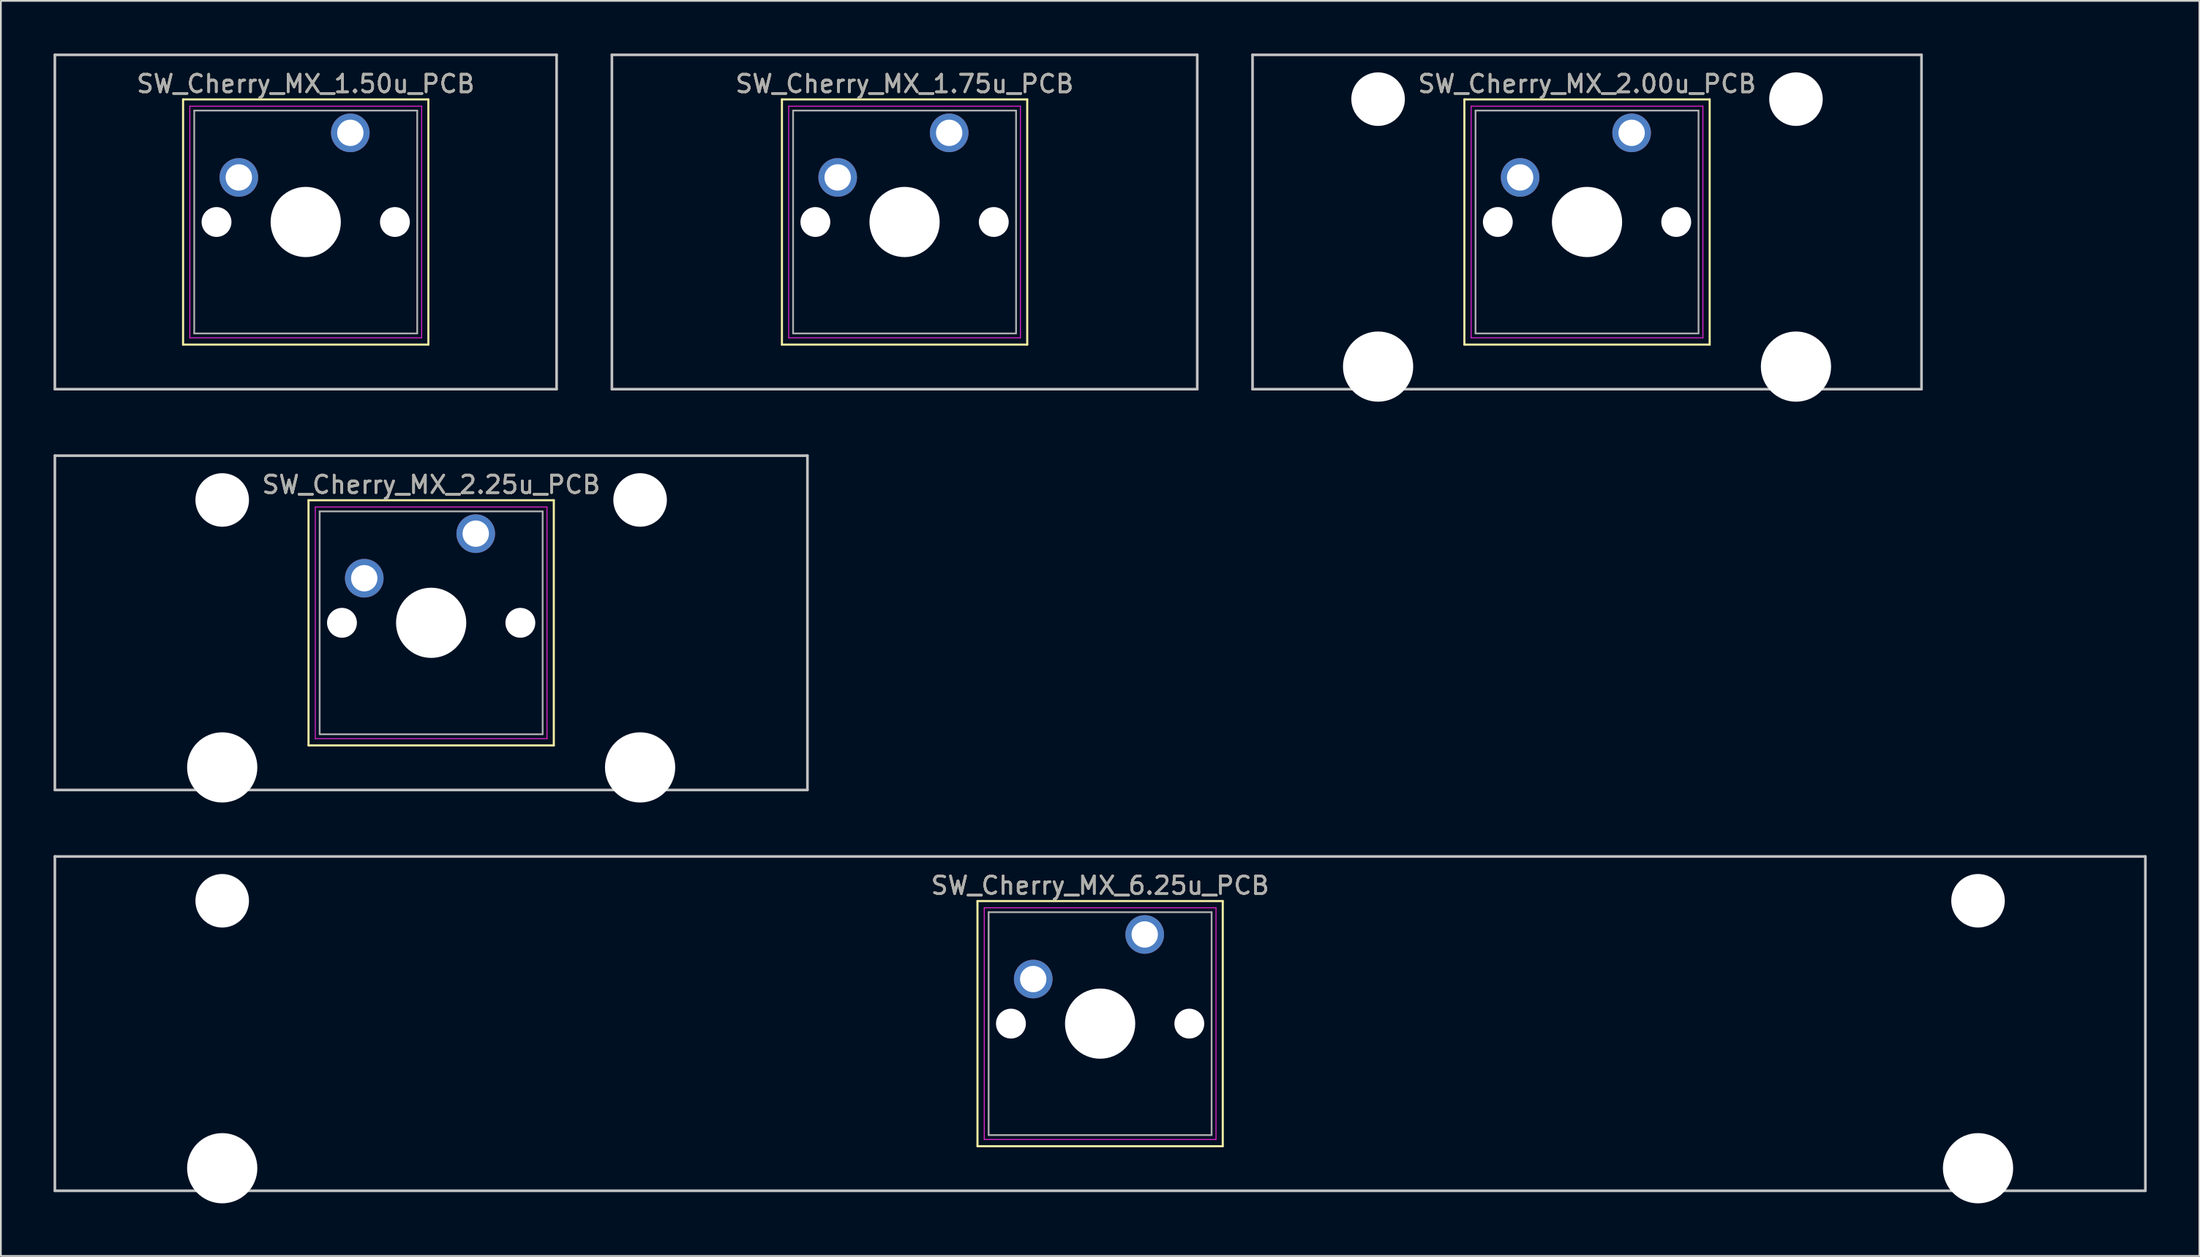
<source format=kicad_pcb>
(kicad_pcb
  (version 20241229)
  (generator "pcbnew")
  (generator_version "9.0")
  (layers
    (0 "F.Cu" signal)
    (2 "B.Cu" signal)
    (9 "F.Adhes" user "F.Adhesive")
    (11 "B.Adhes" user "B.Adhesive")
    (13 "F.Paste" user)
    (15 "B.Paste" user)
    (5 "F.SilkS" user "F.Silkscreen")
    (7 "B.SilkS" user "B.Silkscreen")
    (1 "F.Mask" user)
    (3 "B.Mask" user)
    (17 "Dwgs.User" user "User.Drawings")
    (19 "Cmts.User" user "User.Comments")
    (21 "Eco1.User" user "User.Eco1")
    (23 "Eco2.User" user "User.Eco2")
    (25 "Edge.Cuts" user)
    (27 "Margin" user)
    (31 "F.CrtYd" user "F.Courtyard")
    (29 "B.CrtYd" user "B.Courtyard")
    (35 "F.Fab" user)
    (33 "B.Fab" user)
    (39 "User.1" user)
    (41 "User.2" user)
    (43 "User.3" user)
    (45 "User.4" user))
  (footprint "SW_Cherry_MX_1.75u_PCB"
    (layer "F.Cu")
    (at 51.009 4.52)
    (property "Reference" "SW_Cherry_MX_1.75u_PCB" (at -2.54 -2.794 0) (layer "F.SilkS") (effects (font (size 1 1) (thickness 0.15))))
    (attr through_hole)
    (fp_line (start -9.525 -1.905) (end 4.445 -1.905) (stroke (width 0.12) (type solid)) (layer "F.SilkS"))
    (fp_line (start -9.525 12.065) (end -9.525 -1.905) (stroke (width 0.12) (type solid)) (layer "F.SilkS"))
    (fp_line (start 4.445 -1.905) (end 4.445 12.065) (stroke (width 0.12) (type solid)) (layer "F.SilkS"))
    (fp_line (start 4.445 12.065) (end -9.525 12.065) (stroke (width 0.12) (type solid)) (layer "F.SilkS"))
    (fp_line (start -19.209 -4.445) (end 14.129 -4.445) (stroke (width 0.15) (type solid)) (layer "Dwgs.User"))
    (fp_line (start -19.209 14.605) (end -19.209 -4.445) (stroke (width 0.15) (type solid)) (layer "Dwgs.User"))
    (fp_line (start 14.129 -4.445) (end 14.129 14.605) (stroke (width 0.15) (type solid)) (layer "Dwgs.User"))
    (fp_line (start 14.129 14.605) (end -19.209 14.605) (stroke (width 0.15) (type solid)) (layer "Dwgs.User"))
    (fp_line (start -9.14 -1.52) (end 4.06 -1.52) (stroke (width 0.05) (type solid)) (layer "F.CrtYd"))
    (fp_line (start -9.14 11.68) (end -9.14 -1.52) (stroke (width 0.05) (type solid)) (layer "F.CrtYd"))
    (fp_line (start 4.06 -1.52) (end 4.06 11.68) (stroke (width 0.05) (type solid)) (layer "F.CrtYd"))
    (fp_line (start 4.06 11.68) (end -9.14 11.68) (stroke (width 0.05) (type solid)) (layer "F.CrtYd"))
    (fp_line (start -8.89 -1.27) (end 3.81 -1.27) (stroke (width 0.1) (type solid)) (layer "F.Fab"))
    (fp_line (start -8.89 11.43) (end -8.89 -1.27) (stroke (width 0.1) (type solid)) (layer "F.Fab"))
    (fp_line (start 3.81 -1.27) (end 3.81 11.43) (stroke (width 0.1) (type solid)) (layer "F.Fab"))
    (fp_line (start 3.81 11.43) (end -8.89 11.43) (stroke (width 0.1) (type solid)) (layer "F.Fab"))
    (fp_text user "${REFERENCE}" (at -2.54 -2.794 0) (layer "F.Fab") (effects (font (size 1 1) (thickness 0.15))))
    (pad "" np_thru_hole circle (at -7.62 5.08) (size 1.7 1.7) (drill 1.7) (layers "*.Cu" "*.Mask"))
    (pad "" np_thru_hole circle (at -2.54 5.08) (size 4 4) (drill 4) (layers "*.Cu" "*.Mask"))
    (pad "" np_thru_hole circle (at 2.54 5.08) (size 1.7 1.7) (drill 1.7) (layers "*.Cu" "*.Mask"))
    (pad "1" thru_hole circle (at 0 0) (size 2.2 2.2) (drill 1.5) (layers "*.Cu" "*.Mask"))
    (pad "2" thru_hole circle (at -6.35 2.54) (size 2.2 2.2) (drill 1.5) (layers "*.Cu" "*.Mask")))
  (footprint "SW_Cherry_MX_2.25u_PCB"
    (layer "F.Cu")
    (at 24.046 27.36)
    (property "Reference" "SW_Cherry_MX_2.25u_PCB" (at -2.54 -2.794 0) (layer "F.SilkS") (effects (font (size 1 1) (thickness 0.15))))
    (attr through_hole)
    (fp_line (start -9.525 -1.905) (end 4.445 -1.905) (stroke (width 0.12) (type solid)) (layer "F.SilkS"))
    (fp_line (start -9.525 12.065) (end -9.525 -1.905) (stroke (width 0.12) (type solid)) (layer "F.SilkS"))
    (fp_line (start 4.445 -1.905) (end 4.445 12.065) (stroke (width 0.12) (type solid)) (layer "F.SilkS"))
    (fp_line (start 4.445 12.065) (end -9.525 12.065) (stroke (width 0.12) (type solid)) (layer "F.SilkS"))
    (fp_line (start -23.971 -4.445) (end 18.891 -4.445) (stroke (width 0.15) (type solid)) (layer "Dwgs.User"))
    (fp_line (start -23.971 14.605) (end -23.971 -4.445) (stroke (width 0.15) (type solid)) (layer "Dwgs.User"))
    (fp_line (start 18.891 -4.445) (end 18.891 14.605) (stroke (width 0.15) (type solid)) (layer "Dwgs.User"))
    (fp_line (start 18.891 14.605) (end -23.971 14.605) (stroke (width 0.15) (type solid)) (layer "Dwgs.User"))
    (fp_line (start -9.14 -1.52) (end 4.06 -1.52) (stroke (width 0.05) (type solid)) (layer "F.CrtYd"))
    (fp_line (start -9.14 11.68) (end -9.14 -1.52) (stroke (width 0.05) (type solid)) (layer "F.CrtYd"))
    (fp_line (start 4.06 -1.52) (end 4.06 11.68) (stroke (width 0.05) (type solid)) (layer "F.CrtYd"))
    (fp_line (start 4.06 11.68) (end -9.14 11.68) (stroke (width 0.05) (type solid)) (layer "F.CrtYd"))
    (fp_line (start -8.89 -1.27) (end 3.81 -1.27) (stroke (width 0.1) (type solid)) (layer "F.Fab"))
    (fp_line (start -8.89 11.43) (end -8.89 -1.27) (stroke (width 0.1) (type solid)) (layer "F.Fab"))
    (fp_line (start 3.81 -1.27) (end 3.81 11.43) (stroke (width 0.1) (type solid)) (layer "F.Fab"))
    (fp_line (start 3.81 11.43) (end -8.89 11.43) (stroke (width 0.1) (type solid)) (layer "F.Fab"))
    (fp_text user "${REFERENCE}" (at -2.54 -2.794 0) (layer "F.Fab") (effects (font (size 1 1) (thickness 0.15))))
    (pad "" np_thru_hole circle (at -14.44 -1.92) (size 3.05 3.05) (drill 3.05) (layers "*.Cu" "*.Mask"))
    (pad "" np_thru_hole circle (at -14.44 13.32) (size 4 4) (drill 4) (layers "*.Cu" "*.Mask"))
    (pad "" np_thru_hole circle (at -7.62 5.08) (size 1.7 1.7) (drill 1.7) (layers "*.Cu" "*.Mask"))
    (pad "" np_thru_hole circle (at -2.54 5.08) (size 4 4) (drill 4) (layers "*.Cu" "*.Mask"))
    (pad "" np_thru_hole circle (at 2.54 5.08) (size 1.7 1.7) (drill 1.7) (layers "*.Cu" "*.Mask"))
    (pad "" np_thru_hole circle (at 9.36 -1.92) (size 3.05 3.05) (drill 3.05) (layers "*.Cu" "*.Mask"))
    (pad "" np_thru_hole circle (at 9.36 13.32) (size 4 4) (drill 4) (layers "*.Cu" "*.Mask"))
    (pad "1" thru_hole circle (at 0 0) (size 2.2 2.2) (drill 1.5) (layers "*.Cu" "*.Mask"))
    (pad "2" thru_hole circle (at -6.35 2.54) (size 2.2 2.2) (drill 1.5) (layers "*.Cu" "*.Mask")))
  (footprint "SW_Cherry_MX_1.50u_PCB"
    (layer "F.Cu")
    (at 16.902 4.52)
    (property "Reference" "SW_Cherry_MX_1.50u_PCB" (at -2.54 -2.794 0) (layer "F.SilkS") (effects (font (size 1 1) (thickness 0.15))))
    (attr through_hole)
    (fp_line (start -9.525 -1.905) (end 4.445 -1.905) (stroke (width 0.12) (type solid)) (layer "F.SilkS"))
    (fp_line (start -9.525 12.065) (end -9.525 -1.905) (stroke (width 0.12) (type solid)) (layer "F.SilkS"))
    (fp_line (start 4.445 -1.905) (end 4.445 12.065) (stroke (width 0.12) (type solid)) (layer "F.SilkS"))
    (fp_line (start 4.445 12.065) (end -9.525 12.065) (stroke (width 0.12) (type solid)) (layer "F.SilkS"))
    (fp_line (start -16.828 -4.445) (end 11.748 -4.445) (stroke (width 0.15) (type solid)) (layer "Dwgs.User"))
    (fp_line (start -16.828 14.605) (end -16.828 -4.445) (stroke (width 0.15) (type solid)) (layer "Dwgs.User"))
    (fp_line (start 11.748 -4.445) (end 11.748 14.605) (stroke (width 0.15) (type solid)) (layer "Dwgs.User"))
    (fp_line (start 11.748 14.605) (end -16.828 14.605) (stroke (width 0.15) (type solid)) (layer "Dwgs.User"))
    (fp_line (start -9.14 -1.52) (end 4.06 -1.52) (stroke (width 0.05) (type solid)) (layer "F.CrtYd"))
    (fp_line (start -9.14 11.68) (end -9.14 -1.52) (stroke (width 0.05) (type solid)) (layer "F.CrtYd"))
    (fp_line (start 4.06 -1.52) (end 4.06 11.68) (stroke (width 0.05) (type solid)) (layer "F.CrtYd"))
    (fp_line (start 4.06 11.68) (end -9.14 11.68) (stroke (width 0.05) (type solid)) (layer "F.CrtYd"))
    (fp_line (start -8.89 -1.27) (end 3.81 -1.27) (stroke (width 0.1) (type solid)) (layer "F.Fab"))
    (fp_line (start -8.89 11.43) (end -8.89 -1.27) (stroke (width 0.1) (type solid)) (layer "F.Fab"))
    (fp_line (start 3.81 -1.27) (end 3.81 11.43) (stroke (width 0.1) (type solid)) (layer "F.Fab"))
    (fp_line (start 3.81 11.43) (end -8.89 11.43) (stroke (width 0.1) (type solid)) (layer "F.Fab"))
    (fp_text user "${REFERENCE}" (at -2.54 -2.794 0) (layer "F.Fab") (effects (font (size 1 1) (thickness 0.15))))
    (pad "" np_thru_hole circle (at -7.62 5.08) (size 1.7 1.7) (drill 1.7) (layers "*.Cu" "*.Mask"))
    (pad "" np_thru_hole circle (at -2.54 5.08) (size 4 4) (drill 4) (layers "*.Cu" "*.Mask"))
    (pad "" np_thru_hole circle (at 2.54 5.08) (size 1.7 1.7) (drill 1.7) (layers "*.Cu" "*.Mask"))
    (pad "1" thru_hole circle (at 0 0) (size 2.2 2.2) (drill 1.5) (layers "*.Cu" "*.Mask"))
    (pad "2" thru_hole circle (at -6.35 2.54) (size 2.2 2.2) (drill 1.5) (layers "*.Cu" "*.Mask")))
  (footprint "SW_Cherry_MX_6.25u_PCB"
    (layer "F.Cu")
    (at 62.146 50.2)
    (property "Reference" "SW_Cherry_MX_6.25u_PCB" (at -2.54 -2.794 0) (layer "F.SilkS") (effects (font (size 1 1) (thickness 0.15))))
    (attr through_hole)
    (fp_line (start -9.525 -1.905) (end 4.445 -1.905) (stroke (width 0.12) (type solid)) (layer "F.SilkS"))
    (fp_line (start -9.525 12.065) (end -9.525 -1.905) (stroke (width 0.12) (type solid)) (layer "F.SilkS"))
    (fp_line (start 4.445 -1.905) (end 4.445 12.065) (stroke (width 0.12) (type solid)) (layer "F.SilkS"))
    (fp_line (start 4.445 12.065) (end -9.525 12.065) (stroke (width 0.12) (type solid)) (layer "F.SilkS"))
    (fp_line (start -62.071 -4.445) (end 56.991 -4.445) (stroke (width 0.15) (type solid)) (layer "Dwgs.User"))
    (fp_line (start -62.071 14.605) (end -62.071 -4.445) (stroke (width 0.15) (type solid)) (layer "Dwgs.User"))
    (fp_line (start 56.991 -4.445) (end 56.991 14.605) (stroke (width 0.15) (type solid)) (layer "Dwgs.User"))
    (fp_line (start 56.991 14.605) (end -62.071 14.605) (stroke (width 0.15) (type solid)) (layer "Dwgs.User"))
    (fp_line (start -9.14 -1.52) (end 4.06 -1.52) (stroke (width 0.05) (type solid)) (layer "F.CrtYd"))
    (fp_line (start -9.14 11.68) (end -9.14 -1.52) (stroke (width 0.05) (type solid)) (layer "F.CrtYd"))
    (fp_line (start 4.06 -1.52) (end 4.06 11.68) (stroke (width 0.05) (type solid)) (layer "F.CrtYd"))
    (fp_line (start 4.06 11.68) (end -9.14 11.68) (stroke (width 0.05) (type solid)) (layer "F.CrtYd"))
    (fp_line (start -8.89 -1.27) (end 3.81 -1.27) (stroke (width 0.1) (type solid)) (layer "F.Fab"))
    (fp_line (start -8.89 11.43) (end -8.89 -1.27) (stroke (width 0.1) (type solid)) (layer "F.Fab"))
    (fp_line (start 3.81 -1.27) (end 3.81 11.43) (stroke (width 0.1) (type solid)) (layer "F.Fab"))
    (fp_line (start 3.81 11.43) (end -8.89 11.43) (stroke (width 0.1) (type solid)) (layer "F.Fab"))
    (fp_text user "${REFERENCE}" (at -2.54 -2.794 0) (layer "F.Fab") (effects (font (size 1 1) (thickness 0.15))))
    (pad "" np_thru_hole circle (at -52.54 -1.92) (size 3.05 3.05) (drill 3.05) (layers "*.Cu" "*.Mask"))
    (pad "" np_thru_hole circle (at -52.54 13.32) (size 4 4) (drill 4) (layers "*.Cu" "*.Mask"))
    (pad "" np_thru_hole circle (at -7.62 5.08) (size 1.7 1.7) (drill 1.7) (layers "*.Cu" "*.Mask"))
    (pad "" np_thru_hole circle (at -2.54 5.08) (size 4 4) (drill 4) (layers "*.Cu" "*.Mask"))
    (pad "" np_thru_hole circle (at 2.54 5.08) (size 1.7 1.7) (drill 1.7) (layers "*.Cu" "*.Mask"))
    (pad "" np_thru_hole circle (at 47.46 -1.92) (size 3.05 3.05) (drill 3.05) (layers "*.Cu" "*.Mask"))
    (pad "" np_thru_hole circle (at 47.46 13.32) (size 4 4) (drill 4) (layers "*.Cu" "*.Mask"))
    (pad "1" thru_hole circle (at 0 0) (size 2.2 2.2) (drill 1.5) (layers "*.Cu" "*.Mask"))
    (pad "2" thru_hole circle (at -6.35 2.54) (size 2.2 2.2) (drill 1.5) (layers "*.Cu" "*.Mask")))
  (footprint "SW_Cherry_MX_2.00u_PCB"
    (layer "F.Cu")
    (at 89.877 4.52)
    (property "Reference" "SW_Cherry_MX_2.00u_PCB" (at -2.54 -2.794 0) (layer "F.SilkS") (effects (font (size 1 1) (thickness 0.15))))
    (attr through_hole)
    (fp_line (start -9.525 -1.905) (end 4.445 -1.905) (stroke (width 0.12) (type solid)) (layer "F.SilkS"))
    (fp_line (start -9.525 12.065) (end -9.525 -1.905) (stroke (width 0.12) (type solid)) (layer "F.SilkS"))
    (fp_line (start 4.445 -1.905) (end 4.445 12.065) (stroke (width 0.12) (type solid)) (layer "F.SilkS"))
    (fp_line (start 4.445 12.065) (end -9.525 12.065) (stroke (width 0.12) (type solid)) (layer "F.SilkS"))
    (fp_line (start -21.59 -4.445) (end 16.51 -4.445) (stroke (width 0.15) (type solid)) (layer "Dwgs.User"))
    (fp_line (start -21.59 14.605) (end -21.59 -4.445) (stroke (width 0.15) (type solid)) (layer "Dwgs.User"))
    (fp_line (start 16.51 -4.445) (end 16.51 14.605) (stroke (width 0.15) (type solid)) (layer "Dwgs.User"))
    (fp_line (start 16.51 14.605) (end -21.59 14.605) (stroke (width 0.15) (type solid)) (layer "Dwgs.User"))
    (fp_line (start -9.14 -1.52) (end 4.06 -1.52) (stroke (width 0.05) (type solid)) (layer "F.CrtYd"))
    (fp_line (start -9.14 11.68) (end -9.14 -1.52) (stroke (width 0.05) (type solid)) (layer "F.CrtYd"))
    (fp_line (start 4.06 -1.52) (end 4.06 11.68) (stroke (width 0.05) (type solid)) (layer "F.CrtYd"))
    (fp_line (start 4.06 11.68) (end -9.14 11.68) (stroke (width 0.05) (type solid)) (layer "F.CrtYd"))
    (fp_line (start -8.89 -1.27) (end 3.81 -1.27) (stroke (width 0.1) (type solid)) (layer "F.Fab"))
    (fp_line (start -8.89 11.43) (end -8.89 -1.27) (stroke (width 0.1) (type solid)) (layer "F.Fab"))
    (fp_line (start 3.81 -1.27) (end 3.81 11.43) (stroke (width 0.1) (type solid)) (layer "F.Fab"))
    (fp_line (start 3.81 11.43) (end -8.89 11.43) (stroke (width 0.1) (type solid)) (layer "F.Fab"))
    (fp_text user "${REFERENCE}" (at -2.54 -2.794 0) (layer "F.Fab") (effects (font (size 1 1) (thickness 0.15))))
    (pad "" np_thru_hole circle (at -14.44 -1.92) (size 3.05 3.05) (drill 3.05) (layers "*.Cu" "*.Mask"))
    (pad "" np_thru_hole circle (at -14.44 13.32) (size 4 4) (drill 4) (layers "*.Cu" "*.Mask"))
    (pad "" np_thru_hole circle (at -7.62 5.08) (size 1.7 1.7) (drill 1.7) (layers "*.Cu" "*.Mask"))
    (pad "" np_thru_hole circle (at -2.54 5.08) (size 4 4) (drill 4) (layers "*.Cu" "*.Mask"))
    (pad "" np_thru_hole circle (at 2.54 5.08) (size 1.7 1.7) (drill 1.7) (layers "*.Cu" "*.Mask"))
    (pad "" np_thru_hole circle (at 9.36 -1.92) (size 3.05 3.05) (drill 3.05) (layers "*.Cu" "*.Mask"))
    (pad "" np_thru_hole circle (at 9.36 13.32) (size 4 4) (drill 4) (layers "*.Cu" "*.Mask"))
    (pad "1" thru_hole circle (at 0 0) (size 2.2 2.2) (drill 1.5) (layers "*.Cu" "*.Mask"))
    (pad "2" thru_hole circle (at -6.35 2.54) (size 2.2 2.2) (drill 1.5) (layers "*.Cu" "*.Mask")))
  (gr_rect
    (start -3 -3)
    (end 122.213 68.52)
    (stroke (width 0.1) (type default))
    (fill no)
    (layer "Edge.Cuts")))
</source>
